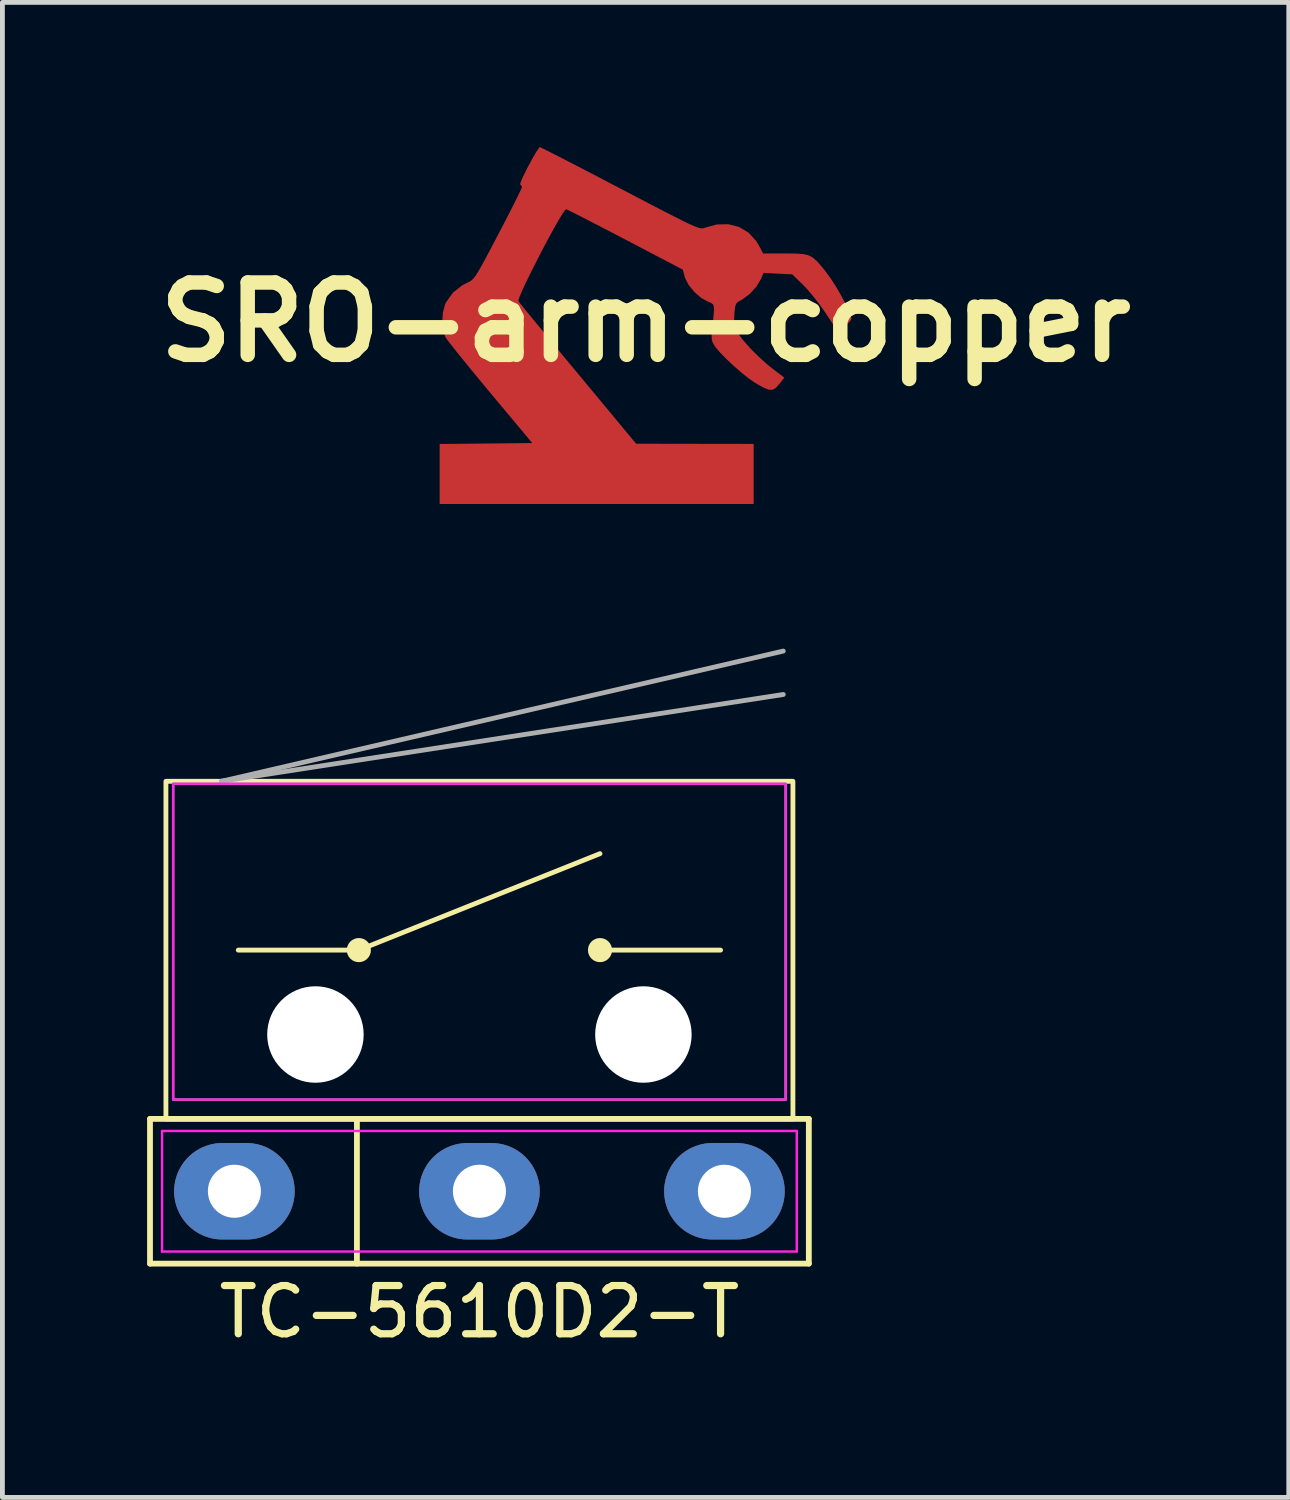
<source format=kicad_pcb>
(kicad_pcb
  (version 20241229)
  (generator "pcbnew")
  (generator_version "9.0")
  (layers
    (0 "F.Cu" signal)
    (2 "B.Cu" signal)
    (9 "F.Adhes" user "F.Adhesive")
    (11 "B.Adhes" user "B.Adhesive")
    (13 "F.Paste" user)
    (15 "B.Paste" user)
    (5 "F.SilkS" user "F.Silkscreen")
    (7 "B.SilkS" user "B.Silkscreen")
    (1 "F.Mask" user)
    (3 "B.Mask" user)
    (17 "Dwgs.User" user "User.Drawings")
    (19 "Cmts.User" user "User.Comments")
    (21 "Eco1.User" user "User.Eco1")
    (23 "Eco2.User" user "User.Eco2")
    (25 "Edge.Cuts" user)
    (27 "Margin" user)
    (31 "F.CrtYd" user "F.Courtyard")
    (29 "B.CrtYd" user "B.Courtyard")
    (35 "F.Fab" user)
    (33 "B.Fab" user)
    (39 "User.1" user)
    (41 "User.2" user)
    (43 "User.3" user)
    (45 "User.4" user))
  (footprint "TC-5610D2-T"
    (layer "F.Cu")
    (at 6.89 21.649)
    (property "Reference" "TC-5610D2-T" (at 0 2.5 0) (layer "F.SilkS") (effects (font (size 1 1) (thickness 0.15))))
    (attr through_hole)
    (fp_line (start -6.83 -1.5) (end 6.83 -1.5) (stroke (width 0.12) (type default)) (layer "F.SilkS"))
    (fp_line (start -6.83 1.5) (end -6.83 -1.5) (stroke (width 0.12) (type default)) (layer "F.SilkS"))
    (fp_line (start -5 -5) (end -2.5 -5) (stroke (width 0.1) (type default)) (layer "F.SilkS"))
    (fp_line (start -2.54 -1.5) (end -2.54 1.5) (stroke (width 0.12) (type default)) (layer "F.SilkS"))
    (fp_line (start -2.5 -5) (end 2.5 -7) (stroke (width 0.1) (type default)) (layer "F.SilkS"))
    (fp_line (start 2.5 -5) (end 5 -5) (stroke (width 0.1) (type default)) (layer "F.SilkS"))
    (fp_line (start 6.83 -1.5) (end 6.83 1.5) (stroke (width 0.12) (type default)) (layer "F.SilkS"))
    (fp_line (start 6.83 1.5) (end -6.83 1.5) (stroke (width 0.12) (type default)) (layer "F.SilkS"))
    (fp_rect (start -6.5 -8.5) (end 6.5 -1.5) (stroke (width 0.1) (type default)) (fill no) (layer "F.SilkS"))
    (fp_circle (center -2.5 -5) (end -2.3 -5) (stroke (width 0.1) (type solid)) (fill yes) (layer "F.SilkS"))
    (fp_circle (center 2.5 -5) (end 2.7 -5) (stroke (width 0.1) (type solid)) (fill yes) (layer "F.SilkS"))
    (fp_line (start -6.58 -1.25) (end 6.58 -1.25) (stroke (width 0.05) (type default)) (layer "F.CrtYd"))
    (fp_line (start -6.58 1.25) (end -6.58 -1.25) (stroke (width 0.05) (type default)) (layer "F.CrtYd"))
    (fp_line (start 6.58 -1.25) (end 6.58 1.25) (stroke (width 0.05) (type default)) (layer "F.CrtYd"))
    (fp_line (start 6.58 1.25) (end -6.58 1.25) (stroke (width 0.05) (type default)) (layer "F.CrtYd"))
    (fp_rect (start -6.35 -8.45) (end 6.35 -1.9) (stroke (width 0.05) (type default)) (fill no) (layer "F.CrtYd"))
    (fp_line (start 6.3 -11.2) (end -5.35 -8.5) (stroke (width 0.1) (type default)) (layer "F.Fab"))
    (fp_line (start 6.3 -10.3) (end -5.35 -8.5) (stroke (width 0.1) (type default)) (layer "F.Fab"))
    (fp_rect (start -6.35 -8.45) (end 6.35 -1.9) (stroke (width 0.05) (type default)) (fill no) (layer "F.Fab"))
    (pad "" np_thru_hole circle (at -3.4 -3.25) (size 2 2) (drill 2) (layers "*.Cu" "*.Mask"))
    (pad "" np_thru_hole circle (at 3.4 -3.25) (size 2 2) (drill 2) (layers "*.Cu" "*.Mask"))
    (pad "1" thru_hole oval (at -5.08 0) (size 2.5 2) (drill 1.1) (layers "*.Cu" "*.Mask"))
    (pad "2" thru_hole oval (at 0 0) (size 2.5 2) (drill 1.1) (layers "*.Cu" "*.Mask"))
    (pad "3" thru_hole oval (at 5.08 0) (size 2.5 2) (drill 1.1) (layers "*.Cu" "*.Mask")))
  (footprint "SRO-arm-copper"
    (layer "F.Cu")
    (at 10.336 3.629)
    (property "Reference" "SRO-arm-copper" (at 0 0 0) (layer "F.SilkS") (effects (font (size 1.5 1.5) (thickness 0.3))))
    (attr board_only exclude_from_pos_files exclude_from_bom allow_missing_courtyard)
    (fp_poly (pts (xy -2.158 -3.613) (xy -2.065 -3.567) (xy -1.92 -3.494) (xy -1.731 -3.397) (xy -1.502 -3.28) (xy -1.241 -3.144) (xy -0.952 -2.994) (xy -0.643 -2.832) (xy -0.524 -2.771) (xy -0.161 -2.58) (xy 0.146 -2.42) (xy 0.399 -2.289) (xy 0.607 -2.183) (xy 0.772 -2.1) (xy 0.902 -2.037) (xy 1.001 -1.993) (xy 1.074 -1.964) (xy 1.128 -1.949) (xy 1.167 -1.944) (xy 1.197 -1.947) (xy 1.223 -1.955) (xy 1.224 -1.956) (xy 1.475 -2.025) (xy 1.716 -2.03) (xy 1.937 -1.973) (xy 2.132 -1.857) (xy 2.291 -1.684) (xy 2.347 -1.592) (xy 2.436 -1.424) (xy 2.89 -1.424) (xy 3.1 -1.422) (xy 3.254 -1.413) (xy 3.37 -1.388) (xy 3.465 -1.34) (xy 3.554 -1.262) (xy 3.655 -1.146) (xy 3.738 -1.043) (xy 3.834 -0.911) (xy 3.937 -0.752) (xy 4.038 -0.581) (xy 4.129 -0.412) (xy 4.203 -0.261) (xy 4.252 -0.14) (xy 4.268 -0.069) (xy 4.244 -0.024) (xy 4.184 0.038) (xy 4.108 0.102) (xy 4.034 0.152) (xy 3.981 0.175) (xy 3.969 0.171) (xy 3.947 0.138) (xy 3.895 0.059) (xy 3.818 -0.057) (xy 3.727 -0.195) (xy 3.726 -0.197) (xy 3.607 -0.365) (xy 3.473 -0.538) (xy 3.343 -0.69) (xy 3.266 -0.771) (xy 3.04 -0.99) (xy 2.743 -1.005) (xy 2.445 -1.021) (xy 2.396 -0.904) (xy 2.302 -0.743) (xy 2.166 -0.591) (xy 2.015 -0.477) (xy 1.99 -0.463) (xy 1.919 -0.424) (xy 1.878 -0.383) (xy 1.856 -0.32) (xy 1.844 -0.214) (xy 1.84 -0.153) (xy 1.833 -0.014) (xy 1.842 0.081) (xy 1.87 0.159) (xy 1.903 0.216) (xy 2.016 0.368) (xy 2.17 0.543) (xy 2.349 0.721) (xy 2.534 0.887) (xy 2.631 0.964) (xy 2.876 1.151) (xy 2.766 1.289) (xy 2.698 1.364) (xy 2.633 1.402) (xy 2.555 1.402) (xy 2.452 1.362) (xy 2.309 1.282) (xy 2.267 1.257) (xy 2.141 1.17) (xy 1.99 1.05) (xy 1.832 0.912) (xy 1.679 0.769) (xy 1.547 0.634) (xy 1.451 0.522) (xy 1.424 0.483) (xy 1.389 0.419) (xy 1.371 0.356) (xy 1.368 0.273) (xy 1.378 0.149) (xy 1.387 0.067) (xy 1.407 -0.115) (xy 1.417 -0.24) (xy 1.415 -0.32) (xy 1.397 -0.368) (xy 1.361 -0.397) (xy 1.305 -0.42) (xy 1.292 -0.425) (xy 1.15 -0.503) (xy 1.011 -0.625) (xy 0.893 -0.768) (xy 0.819 -0.912) (xy 0.812 -0.935) (xy 0.771 -1.088) (xy -0.416 -1.71) (xy -0.685 -1.85) (xy -0.935 -1.98) (xy -1.158 -2.095) (xy -1.349 -2.193) (xy -1.498 -2.269) (xy -1.6 -2.319) (xy -1.647 -2.341) (xy -1.649 -2.341) (xy -1.678 -2.314) (xy -1.733 -2.232) (xy -1.81 -2.105) (xy -1.902 -1.942) (xy -2.005 -1.754) (xy -2.115 -1.548) (xy -2.225 -1.336) (xy -2.332 -1.125) (xy -2.431 -0.927) (xy -2.515 -0.75) (xy -2.582 -0.603) (xy -2.624 -0.497) (xy -2.639 -0.441) (xy -2.638 -0.436) (xy -2.61 -0.4) (xy -2.541 -0.314) (xy -2.435 -0.183) (xy -2.297 -0.014) (xy -2.13 0.188) (xy -1.94 0.419) (xy -1.73 0.674) (xy -1.504 0.946) (xy -1.403 1.068) (xy -0.197 2.521) (xy 1.022 2.523) (xy 2.24 2.525) (xy 2.24 3.147) (xy 2.24 3.77) (xy -1.015 3.77) (xy -4.27 3.77) (xy -4.27 3.148) (xy -4.27 2.526) (xy -3.311 2.517) (xy -2.351 2.507) (xy -3.222 1.464) (xy -3.42 1.226) (xy -3.605 1.001) (xy -3.772 0.796) (xy -3.916 0.618) (xy -4.031 0.473) (xy -4.111 0.369) (xy -4.152 0.311) (xy -4.154 0.308) (xy -4.2 0.166) (xy -4.216 -0.012) (xy -4.203 -0.197) (xy -4.161 -0.362) (xy -4.139 -0.41) (xy -3.994 -0.613) (xy -3.8 -0.765) (xy -3.704 -0.814) (xy -3.658 -0.836) (xy -3.617 -0.861) (xy -3.578 -0.896) (xy -3.535 -0.95) (xy -3.483 -1.028) (xy -3.419 -1.139) (xy -3.336 -1.288) (xy -3.232 -1.485) (xy -3.1 -1.735) (xy -3.055 -1.821) (xy -2.931 -2.059) (xy -2.818 -2.278) (xy -2.721 -2.469) (xy -2.644 -2.625) (xy -2.591 -2.736) (xy -2.565 -2.796) (xy -2.563 -2.802) (xy -2.586 -2.844) (xy -2.6 -2.847) (xy -2.599 -2.876) (xy -2.569 -2.956) (xy -2.514 -3.074) (xy -2.441 -3.22) (xy -2.431 -3.238) (xy -2.35 -3.387) (xy -2.279 -3.51) (xy -2.225 -3.594) (xy -2.196 -3.629) (xy -2.194 -3.629)) (stroke (width 0) (type solid)) (fill yes) (layer "F.Cu"))
    (fp_poly (pts (xy -2.158 -3.613) (xy -2.065 -3.567) (xy -1.92 -3.494) (xy -1.731 -3.397) (xy -1.502 -3.28) (xy -1.241 -3.144) (xy -0.952 -2.994) (xy -0.643 -2.832) (xy -0.524 -2.771) (xy -0.161 -2.58) (xy 0.146 -2.42) (xy 0.399 -2.289) (xy 0.607 -2.183) (xy 0.772 -2.1) (xy 0.902 -2.037) (xy 1.001 -1.993) (xy 1.074 -1.964) (xy 1.128 -1.949) (xy 1.167 -1.944) (xy 1.197 -1.947) (xy 1.223 -1.955) (xy 1.224 -1.956) (xy 1.475 -2.025) (xy 1.716 -2.03) (xy 1.937 -1.973) (xy 2.132 -1.857) (xy 2.291 -1.684) (xy 2.347 -1.592) (xy 2.436 -1.424) (xy 2.89 -1.424) (xy 3.1 -1.422) (xy 3.254 -1.413) (xy 3.37 -1.388) (xy 3.465 -1.34) (xy 3.554 -1.262) (xy 3.655 -1.146) (xy 3.738 -1.043) (xy 3.834 -0.911) (xy 3.937 -0.752) (xy 4.038 -0.581) (xy 4.129 -0.412) (xy 4.203 -0.261) (xy 4.252 -0.14) (xy 4.268 -0.069) (xy 4.244 -0.024) (xy 4.184 0.038) (xy 4.108 0.102) (xy 4.034 0.152) (xy 3.981 0.175) (xy 3.969 0.171) (xy 3.947 0.138) (xy 3.895 0.059) (xy 3.818 -0.057) (xy 3.727 -0.195) (xy 3.726 -0.197) (xy 3.607 -0.365) (xy 3.473 -0.538) (xy 3.343 -0.69) (xy 3.266 -0.771) (xy 3.04 -0.99) (xy 2.743 -1.005) (xy 2.445 -1.021) (xy 2.396 -0.904) (xy 2.302 -0.743) (xy 2.166 -0.591) (xy 2.015 -0.477) (xy 1.99 -0.463) (xy 1.919 -0.424) (xy 1.878 -0.383) (xy 1.856 -0.32) (xy 1.844 -0.214) (xy 1.84 -0.153) (xy 1.833 -0.014) (xy 1.842 0.081) (xy 1.87 0.159) (xy 1.903 0.216) (xy 2.016 0.368) (xy 2.17 0.543) (xy 2.349 0.721) (xy 2.534 0.887) (xy 2.631 0.964) (xy 2.876 1.151) (xy 2.766 1.289) (xy 2.698 1.364) (xy 2.633 1.402) (xy 2.555 1.402) (xy 2.452 1.362) (xy 2.309 1.282) (xy 2.267 1.257) (xy 2.141 1.17) (xy 1.99 1.05) (xy 1.832 0.912) (xy 1.679 0.769) (xy 1.547 0.634) (xy 1.451 0.522) (xy 1.424 0.483) (xy 1.389 0.419) (xy 1.371 0.356) (xy 1.368 0.273) (xy 1.378 0.149) (xy 1.387 0.067) (xy 1.407 -0.115) (xy 1.417 -0.24) (xy 1.415 -0.32) (xy 1.397 -0.368) (xy 1.361 -0.397) (xy 1.305 -0.42) (xy 1.292 -0.425) (xy 1.15 -0.503) (xy 1.011 -0.625) (xy 0.893 -0.768) (xy 0.819 -0.912) (xy 0.812 -0.935) (xy 0.771 -1.088) (xy -0.416 -1.71) (xy -0.685 -1.85) (xy -0.935 -1.98) (xy -1.158 -2.095) (xy -1.349 -2.193) (xy -1.498 -2.269) (xy -1.6 -2.319) (xy -1.647 -2.341) (xy -1.649 -2.341) (xy -1.678 -2.314) (xy -1.733 -2.232) (xy -1.81 -2.105) (xy -1.902 -1.942) (xy -2.005 -1.754) (xy -2.115 -1.548) (xy -2.225 -1.336) (xy -2.332 -1.125) (xy -2.431 -0.927) (xy -2.515 -0.75) (xy -2.582 -0.603) (xy -2.624 -0.497) (xy -2.639 -0.441) (xy -2.638 -0.436) (xy -2.61 -0.4) (xy -2.541 -0.314) (xy -2.435 -0.183) (xy -2.297 -0.014) (xy -2.13 0.188) (xy -1.94 0.419) (xy -1.73 0.674) (xy -1.504 0.946) (xy -1.403 1.068) (xy -0.197 2.521) (xy 1.022 2.523) (xy 2.24 2.525) (xy 2.24 3.147) (xy 2.24 3.77) (xy -1.015 3.77) (xy -4.27 3.77) (xy -4.27 3.148) (xy -4.27 2.526) (xy -3.311 2.517) (xy -2.351 2.507) (xy -3.222 1.464) (xy -3.42 1.226) (xy -3.605 1.001) (xy -3.772 0.796) (xy -3.916 0.618) (xy -4.031 0.473) (xy -4.111 0.369) (xy -4.152 0.311) (xy -4.154 0.308) (xy -4.2 0.166) (xy -4.216 -0.012) (xy -4.203 -0.197) (xy -4.161 -0.362) (xy -4.139 -0.41) (xy -3.994 -0.613) (xy -3.8 -0.765) (xy -3.704 -0.814) (xy -3.658 -0.836) (xy -3.617 -0.861) (xy -3.578 -0.896) (xy -3.535 -0.95) (xy -3.483 -1.028) (xy -3.419 -1.139) (xy -3.336 -1.288) (xy -3.232 -1.485) (xy -3.1 -1.735) (xy -3.055 -1.821) (xy -2.931 -2.059) (xy -2.818 -2.278) (xy -2.721 -2.469) (xy -2.644 -2.625) (xy -2.591 -2.736) (xy -2.565 -2.796) (xy -2.563 -2.802) (xy -2.586 -2.844) (xy -2.6 -2.847) (xy -2.599 -2.876) (xy -2.569 -2.956) (xy -2.514 -3.074) (xy -2.441 -3.22) (xy -2.431 -3.238) (xy -2.35 -3.387) (xy -2.279 -3.51) (xy -2.225 -3.594) (xy -2.196 -3.629) (xy -2.194 -3.629)) (stroke (width 0) (type solid)) (fill yes) (layer "F.Mask")))
  (gr_rect
    (start -3 -3)
    (end 23.671 27.997)
    (stroke (width 0.1) (type default))
    (fill no)
    (layer "Edge.Cuts")))
</source>
